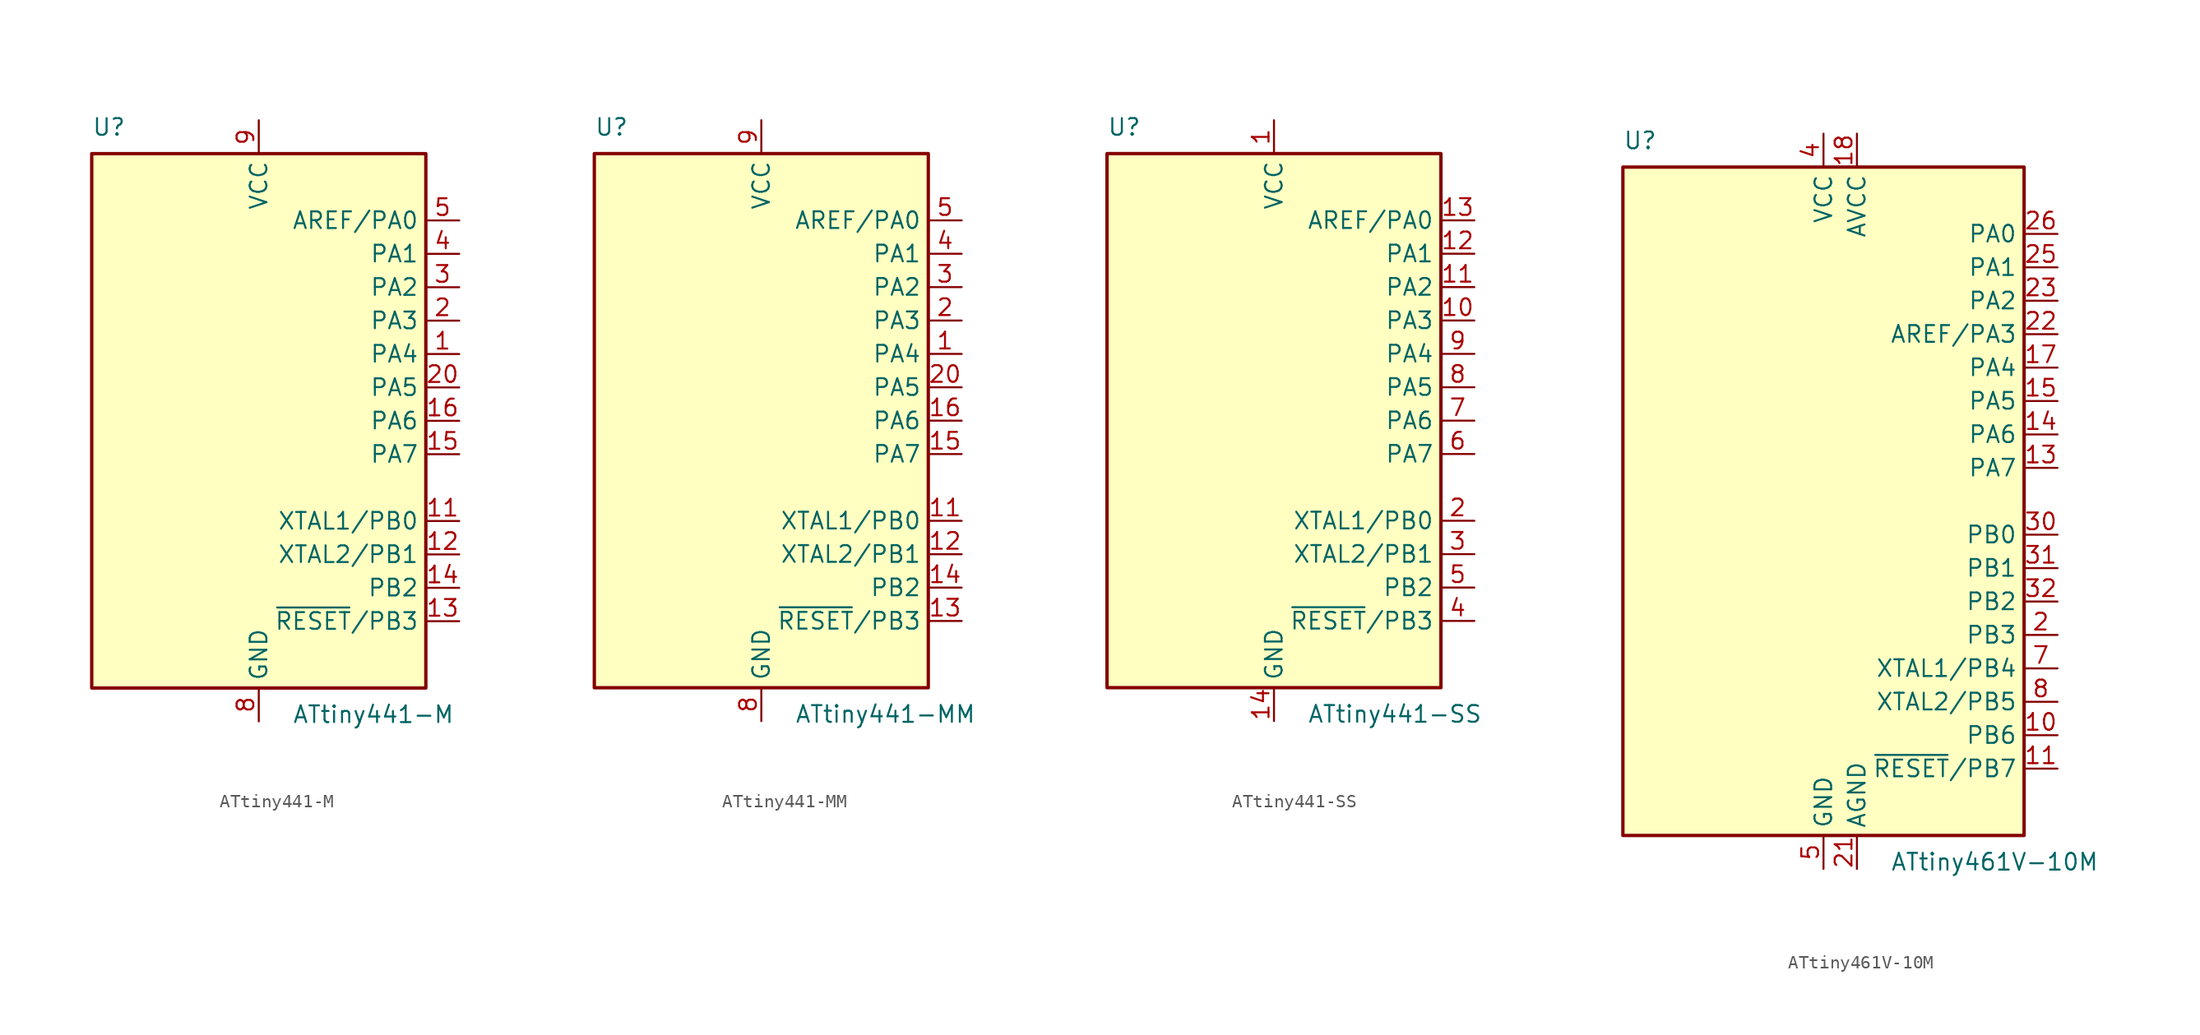
<source format=kicad_sym>
(kicad_symbol_lib
  (version 20241209)
  (generator "kicad_symbol_editor")
  (generator_version "9.0")
  (symbol "ATtiny441-M"
    (property "Reference" "U"
      (at -12.7 21.59 0)
      (effects (font (size 1.27 1.27)) (justify left bottom)))
    (property "Value" "ATtiny441-M"
      (at 2.54 -21.59 0)
      (effects (font (size 1.27 1.27)) (justify left top)))
    (symbol "ATtiny441-M_0_1"
      (rectangle (start -12.7 -20.32) (end 12.7 20.32) (stroke (width 0.254) (type default)) (fill (type background))))
    (symbol "ATtiny441-M_1_1"
      (pin no_connect line (at -12.7 -5.08 0) (length 2.54) (hide yes) (name "NC" (effects (font (size 1.27 1.27)))) (number "6" (effects (font (size 1.27 1.27)))))
      (pin no_connect line (at -12.7 -7.62 0) (length 2.54) (hide yes) (name "NC" (effects (font (size 1.27 1.27)))) (number "7" (effects (font (size 1.27 1.27)))))
      (pin no_connect line (at -12.7 -10.16 0) (length 2.54) (hide yes) (name "NC" (effects (font (size 1.27 1.27)))) (number "10" (effects (font (size 1.27 1.27)))))
      (pin no_connect line (at -12.7 -12.7 0) (length 2.54) (hide yes) (name "NC" (effects (font (size 1.27 1.27)))) (number "17" (effects (font (size 1.27 1.27)))))
      (pin no_connect line (at -12.7 -15.24 0) (length 2.54) (hide yes) (name "NC" (effects (font (size 1.27 1.27)))) (number "18" (effects (font (size 1.27 1.27)))))
      (pin no_connect line (at -12.7 -17.78 0) (length 2.54) (hide yes) (name "NC" (effects (font (size 1.27 1.27)))) (number "19" (effects (font (size 1.27 1.27)))))
      (pin power_in line (at 0 22.86 270) (length 2.54) (name "VCC" (effects (font (size 1.27 1.27)))) (number "9" (effects (font (size 1.27 1.27)))))
      (pin passive line (at 0 -22.86 90) (length 2.54) (hide yes) (name "GND" (effects (font (size 1.27 1.27)))) (number "21" (effects (font (size 1.27 1.27)))))
      (pin power_in line (at 0 -22.86 90) (length 2.54) (name "GND" (effects (font (size 1.27 1.27)))) (number "8" (effects (font (size 1.27 1.27)))))
      (pin bidirectional line (at 15.24 15.24 180) (length 2.54) (name "AREF/PA0" (effects (font (size 1.27 1.27)))) (number "5" (effects (font (size 1.27 1.27)))))
      (pin bidirectional line (at 15.24 12.7 180) (length 2.54) (name "PA1" (effects (font (size 1.27 1.27)))) (number "4" (effects (font (size 1.27 1.27)))))
      (pin bidirectional line (at 15.24 10.16 180) (length 2.54) (name "PA2" (effects (font (size 1.27 1.27)))) (number "3" (effects (font (size 1.27 1.27)))))
      (pin bidirectional line (at 15.24 7.62 180) (length 2.54) (name "PA3" (effects (font (size 1.27 1.27)))) (number "2" (effects (font (size 1.27 1.27)))))
      (pin bidirectional line (at 15.24 5.08 180) (length 2.54) (name "PA4" (effects (font (size 1.27 1.27)))) (number "1" (effects (font (size 1.27 1.27)))))
      (pin bidirectional line (at 15.24 2.54 180) (length 2.54) (name "PA5" (effects (font (size 1.27 1.27)))) (number "20" (effects (font (size 1.27 1.27)))))
      (pin bidirectional line (at 15.24 0 180) (length 2.54) (name "PA6" (effects (font (size 1.27 1.27)))) (number "16" (effects (font (size 1.27 1.27)))))
      (pin bidirectional line (at 15.24 -2.54 180) (length 2.54) (name "PA7" (effects (font (size 1.27 1.27)))) (number "15" (effects (font (size 1.27 1.27)))))
      (pin bidirectional line (at 15.24 -7.62 180) (length 2.54) (name "XTAL1/PB0" (effects (font (size 1.27 1.27)))) (number "11" (effects (font (size 1.27 1.27)))))
      (pin bidirectional line (at 15.24 -10.16 180) (length 2.54) (name "XTAL2/PB1" (effects (font (size 1.27 1.27)))) (number "12" (effects (font (size 1.27 1.27)))))
      (pin bidirectional line (at 15.24 -12.7 180) (length 2.54) (name "PB2" (effects (font (size 1.27 1.27)))) (number "14" (effects (font (size 1.27 1.27)))))
      (pin bidirectional line (at 15.24 -15.24 180) (length 2.54) (name "~{RESET}/PB3" (effects (font (size 1.27 1.27)))) (number "13" (effects (font (size 1.27 1.27)))))))
  (symbol "ATtiny441-MM"
    (property "Reference" "U"
      (at -12.7 21.59 0)
      (effects (font (size 1.27 1.27)) (justify left bottom)))
    (property "Value" "ATtiny441-MM"
      (at 2.54 -21.59 0)
      (effects (font (size 1.27 1.27)) (justify left top)))
    (symbol "ATtiny441-MM_0_1"
      (rectangle (start -12.7 -20.32) (end 12.7 20.32) (stroke (width 0.254) (type default)) (fill (type background))))
    (symbol "ATtiny441-MM_1_1"
      (pin no_connect line (at -12.7 -5.08 0) (length 2.54) (hide yes) (name "NC" (effects (font (size 1.27 1.27)))) (number "6" (effects (font (size 1.27 1.27)))))
      (pin no_connect line (at -12.7 -7.62 0) (length 2.54) (hide yes) (name "NC" (effects (font (size 1.27 1.27)))) (number "7" (effects (font (size 1.27 1.27)))))
      (pin no_connect line (at -12.7 -10.16 0) (length 2.54) (hide yes) (name "NC" (effects (font (size 1.27 1.27)))) (number "10" (effects (font (size 1.27 1.27)))))
      (pin no_connect line (at -12.7 -12.7 0) (length 2.54) (hide yes) (name "NC" (effects (font (size 1.27 1.27)))) (number "17" (effects (font (size 1.27 1.27)))))
      (pin no_connect line (at -12.7 -15.24 0) (length 2.54) (hide yes) (name "NC" (effects (font (size 1.27 1.27)))) (number "18" (effects (font (size 1.27 1.27)))))
      (pin no_connect line (at -12.7 -17.78 0) (length 2.54) (hide yes) (name "NC" (effects (font (size 1.27 1.27)))) (number "19" (effects (font (size 1.27 1.27)))))
      (pin power_in line (at 0 22.86 270) (length 2.54) (name "VCC" (effects (font (size 1.27 1.27)))) (number "9" (effects (font (size 1.27 1.27)))))
      (pin passive line (at 0 -22.86 90) (length 2.54) (hide yes) (name "GND" (effects (font (size 1.27 1.27)))) (number "21" (effects (font (size 1.27 1.27)))))
      (pin power_in line (at 0 -22.86 90) (length 2.54) (name "GND" (effects (font (size 1.27 1.27)))) (number "8" (effects (font (size 1.27 1.27)))))
      (pin bidirectional line (at 15.24 15.24 180) (length 2.54) (name "AREF/PA0" (effects (font (size 1.27 1.27)))) (number "5" (effects (font (size 1.27 1.27)))))
      (pin bidirectional line (at 15.24 12.7 180) (length 2.54) (name "PA1" (effects (font (size 1.27 1.27)))) (number "4" (effects (font (size 1.27 1.27)))))
      (pin bidirectional line (at 15.24 10.16 180) (length 2.54) (name "PA2" (effects (font (size 1.27 1.27)))) (number "3" (effects (font (size 1.27 1.27)))))
      (pin bidirectional line (at 15.24 7.62 180) (length 2.54) (name "PA3" (effects (font (size 1.27 1.27)))) (number "2" (effects (font (size 1.27 1.27)))))
      (pin bidirectional line (at 15.24 5.08 180) (length 2.54) (name "PA4" (effects (font (size 1.27 1.27)))) (number "1" (effects (font (size 1.27 1.27)))))
      (pin bidirectional line (at 15.24 2.54 180) (length 2.54) (name "PA5" (effects (font (size 1.27 1.27)))) (number "20" (effects (font (size 1.27 1.27)))))
      (pin bidirectional line (at 15.24 0 180) (length 2.54) (name "PA6" (effects (font (size 1.27 1.27)))) (number "16" (effects (font (size 1.27 1.27)))))
      (pin bidirectional line (at 15.24 -2.54 180) (length 2.54) (name "PA7" (effects (font (size 1.27 1.27)))) (number "15" (effects (font (size 1.27 1.27)))))
      (pin bidirectional line (at 15.24 -7.62 180) (length 2.54) (name "XTAL1/PB0" (effects (font (size 1.27 1.27)))) (number "11" (effects (font (size 1.27 1.27)))))
      (pin bidirectional line (at 15.24 -10.16 180) (length 2.54) (name "XTAL2/PB1" (effects (font (size 1.27 1.27)))) (number "12" (effects (font (size 1.27 1.27)))))
      (pin bidirectional line (at 15.24 -12.7 180) (length 2.54) (name "PB2" (effects (font (size 1.27 1.27)))) (number "14" (effects (font (size 1.27 1.27)))))
      (pin bidirectional line (at 15.24 -15.24 180) (length 2.54) (name "~{RESET}/PB3" (effects (font (size 1.27 1.27)))) (number "13" (effects (font (size 1.27 1.27)))))))
  (symbol "ATtiny441-SS"
    (property "Reference" "U"
      (at -12.7 21.59 0)
      (effects (font (size 1.27 1.27)) (justify left bottom)))
    (property "Value" "ATtiny441-SS"
      (at 2.54 -21.59 0)
      (effects (font (size 1.27 1.27)) (justify left top)))
    (symbol "ATtiny441-SS_0_1"
      (rectangle (start -12.7 -20.32) (end 12.7 20.32) (stroke (width 0.254) (type default)) (fill (type background))))
    (symbol "ATtiny441-SS_1_1"
      (pin power_in line (at 0 22.86 270) (length 2.54) (name "VCC" (effects (font (size 1.27 1.27)))) (number "1" (effects (font (size 1.27 1.27)))))
      (pin power_in line (at 0 -22.86 90) (length 2.54) (name "GND" (effects (font (size 1.27 1.27)))) (number "14" (effects (font (size 1.27 1.27)))))
      (pin bidirectional line (at 15.24 15.24 180) (length 2.54) (name "AREF/PA0" (effects (font (size 1.27 1.27)))) (number "13" (effects (font (size 1.27 1.27)))))
      (pin bidirectional line (at 15.24 12.7 180) (length 2.54) (name "PA1" (effects (font (size 1.27 1.27)))) (number "12" (effects (font (size 1.27 1.27)))))
      (pin bidirectional line (at 15.24 10.16 180) (length 2.54) (name "PA2" (effects (font (size 1.27 1.27)))) (number "11" (effects (font (size 1.27 1.27)))))
      (pin bidirectional line (at 15.24 7.62 180) (length 2.54) (name "PA3" (effects (font (size 1.27 1.27)))) (number "10" (effects (font (size 1.27 1.27)))))
      (pin bidirectional line (at 15.24 5.08 180) (length 2.54) (name "PA4" (effects (font (size 1.27 1.27)))) (number "9" (effects (font (size 1.27 1.27)))))
      (pin bidirectional line (at 15.24 2.54 180) (length 2.54) (name "PA5" (effects (font (size 1.27 1.27)))) (number "8" (effects (font (size 1.27 1.27)))))
      (pin bidirectional line (at 15.24 0 180) (length 2.54) (name "PA6" (effects (font (size 1.27 1.27)))) (number "7" (effects (font (size 1.27 1.27)))))
      (pin bidirectional line (at 15.24 -2.54 180) (length 2.54) (name "PA7" (effects (font (size 1.27 1.27)))) (number "6" (effects (font (size 1.27 1.27)))))
      (pin bidirectional line (at 15.24 -7.62 180) (length 2.54) (name "XTAL1/PB0" (effects (font (size 1.27 1.27)))) (number "2" (effects (font (size 1.27 1.27)))))
      (pin bidirectional line (at 15.24 -10.16 180) (length 2.54) (name "XTAL2/PB1" (effects (font (size 1.27 1.27)))) (number "3" (effects (font (size 1.27 1.27)))))
      (pin bidirectional line (at 15.24 -12.7 180) (length 2.54) (name "PB2" (effects (font (size 1.27 1.27)))) (number "5" (effects (font (size 1.27 1.27)))))
      (pin bidirectional line (at 15.24 -15.24 180) (length 2.54) (name "~{RESET}/PB3" (effects (font (size 1.27 1.27)))) (number "4" (effects (font (size 1.27 1.27)))))))
  (symbol "ATtiny461V-10M"
    (property "Reference" "U"
      (at -15.24 26.67 0)
      (effects (font (size 1.27 1.27)) (justify left bottom)))
    (property "Value" "ATtiny461V-10M"
      (at 5.08 -26.67 0)
      (effects (font (size 1.27 1.27)) (justify left top)))
    (symbol "ATtiny461V-10M_0_1"
      (rectangle (start -15.24 -25.4) (end 15.24 25.4) (stroke (width 0.254) (type default)) (fill (type background))))
    (symbol "ATtiny461V-10M_1_1"
      (pin no_connect line (at -15.24 5.08 0) (length 2.54) (hide yes) (name "NC" (effects (font (size 1.27 1.27)))) (number "1" (effects (font (size 1.27 1.27)))))
      (pin no_connect line (at -15.24 2.54 0) (length 2.54) (hide yes) (name "NC" (effects (font (size 1.27 1.27)))) (number "3" (effects (font (size 1.27 1.27)))))
      (pin no_connect line (at -15.24 0 0) (length 2.54) (hide yes) (name "NC" (effects (font (size 1.27 1.27)))) (number "6" (effects (font (size 1.27 1.27)))))
      (pin no_connect line (at -15.24 -2.54 0) (length 2.54) (hide yes) (name "NC" (effects (font (size 1.27 1.27)))) (number "9" (effects (font (size 1.27 1.27)))))
      (pin no_connect line (at -15.24 -5.08 0) (length 2.54) (hide yes) (name "NC" (effects (font (size 1.27 1.27)))) (number "12" (effects (font (size 1.27 1.27)))))
      (pin no_connect line (at -15.24 -7.62 0) (length 2.54) (hide yes) (name "NC" (effects (font (size 1.27 1.27)))) (number "16" (effects (font (size 1.27 1.27)))))
      (pin no_connect line (at -15.24 -10.16 0) (length 2.54) (hide yes) (name "NC" (effects (font (size 1.27 1.27)))) (number "19" (effects (font (size 1.27 1.27)))))
      (pin no_connect line (at -15.24 -12.7 0) (length 2.54) (hide yes) (name "NC" (effects (font (size 1.27 1.27)))) (number "20" (effects (font (size 1.27 1.27)))))
      (pin no_connect line (at -15.24 -15.24 0) (length 2.54) (hide yes) (name "NC" (effects (font (size 1.27 1.27)))) (number "24" (effects (font (size 1.27 1.27)))))
      (pin no_connect line (at -15.24 -17.78 0) (length 2.54) (hide yes) (name "NC" (effects (font (size 1.27 1.27)))) (number "27" (effects (font (size 1.27 1.27)))))
      (pin no_connect line (at -15.24 -20.32 0) (length 2.54) (hide yes) (name "NC" (effects (font (size 1.27 1.27)))) (number "28" (effects (font (size 1.27 1.27)))))
      (pin no_connect line (at -15.24 -22.86 0) (length 2.54) (hide yes) (name "NC" (effects (font (size 1.27 1.27)))) (number "29" (effects (font (size 1.27 1.27)))))
      (pin power_in line (at 0 27.94 270) (length 2.54) (name "VCC" (effects (font (size 1.27 1.27)))) (number "4" (effects (font (size 1.27 1.27)))))
      (pin passive line (at 0 -27.94 90) (length 2.54) (hide yes) (name "GND" (effects (font (size 1.27 1.27)))) (number "33" (effects (font (size 1.27 1.27)))))
      (pin power_in line (at 0 -27.94 90) (length 2.54) (name "GND" (effects (font (size 1.27 1.27)))) (number "5" (effects (font (size 1.27 1.27)))))
      (pin power_in line (at 2.54 27.94 270) (length 2.54) (name "AVCC" (effects (font (size 1.27 1.27)))) (number "18" (effects (font (size 1.27 1.27)))))
      (pin power_in line (at 2.54 -27.94 90) (length 2.54) (name "AGND" (effects (font (size 1.27 1.27)))) (number "21" (effects (font (size 1.27 1.27)))))
      (pin bidirectional line (at 17.78 20.32 180) (length 2.54) (name "PA0" (effects (font (size 1.27 1.27)))) (number "26" (effects (font (size 1.27 1.27)))))
      (pin bidirectional line (at 17.78 17.78 180) (length 2.54) (name "PA1" (effects (font (size 1.27 1.27)))) (number "25" (effects (font (size 1.27 1.27)))))
      (pin bidirectional line (at 17.78 15.24 180) (length 2.54) (name "PA2" (effects (font (size 1.27 1.27)))) (number "23" (effects (font (size 1.27 1.27)))))
      (pin bidirectional line (at 17.78 12.7 180) (length 2.54) (name "AREF/PA3" (effects (font (size 1.27 1.27)))) (number "22" (effects (font (size 1.27 1.27)))))
      (pin bidirectional line (at 17.78 10.16 180) (length 2.54) (name "PA4" (effects (font (size 1.27 1.27)))) (number "17" (effects (font (size 1.27 1.27)))))
      (pin bidirectional line (at 17.78 7.62 180) (length 2.54) (name "PA5" (effects (font (size 1.27 1.27)))) (number "15" (effects (font (size 1.27 1.27)))))
      (pin bidirectional line (at 17.78 5.08 180) (length 2.54) (name "PA6" (effects (font (size 1.27 1.27)))) (number "14" (effects (font (size 1.27 1.27)))))
      (pin bidirectional line (at 17.78 2.54 180) (length 2.54) (name "PA7" (effects (font (size 1.27 1.27)))) (number "13" (effects (font (size 1.27 1.27)))))
      (pin bidirectional line (at 17.78 -2.54 180) (length 2.54) (name "PB0" (effects (font (size 1.27 1.27)))) (number "30" (effects (font (size 1.27 1.27)))))
      (pin bidirectional line (at 17.78 -5.08 180) (length 2.54) (name "PB1" (effects (font (size 1.27 1.27)))) (number "31" (effects (font (size 1.27 1.27)))))
      (pin bidirectional line (at 17.78 -7.62 180) (length 2.54) (name "PB2" (effects (font (size 1.27 1.27)))) (number "32" (effects (font (size 1.27 1.27)))))
      (pin bidirectional line (at 17.78 -10.16 180) (length 2.54) (name "PB3" (effects (font (size 1.27 1.27)))) (number "2" (effects (font (size 1.27 1.27)))))
      (pin bidirectional line (at 17.78 -12.7 180) (length 2.54) (name "XTAL1/PB4" (effects (font (size 1.27 1.27)))) (number "7" (effects (font (size 1.27 1.27)))))
      (pin bidirectional line (at 17.78 -15.24 180) (length 2.54) (name "XTAL2/PB5" (effects (font (size 1.27 1.27)))) (number "8" (effects (font (size 1.27 1.27)))))
      (pin bidirectional line (at 17.78 -17.78 180) (length 2.54) (name "PB6" (effects (font (size 1.27 1.27)))) (number "10" (effects (font (size 1.27 1.27)))))
      (pin bidirectional line (at 17.78 -20.32 180) (length 2.54) (name "~{RESET}/PB7" (effects (font (size 1.27 1.27)))) (number "11" (effects (font (size 1.27 1.27))))))))
</source>
